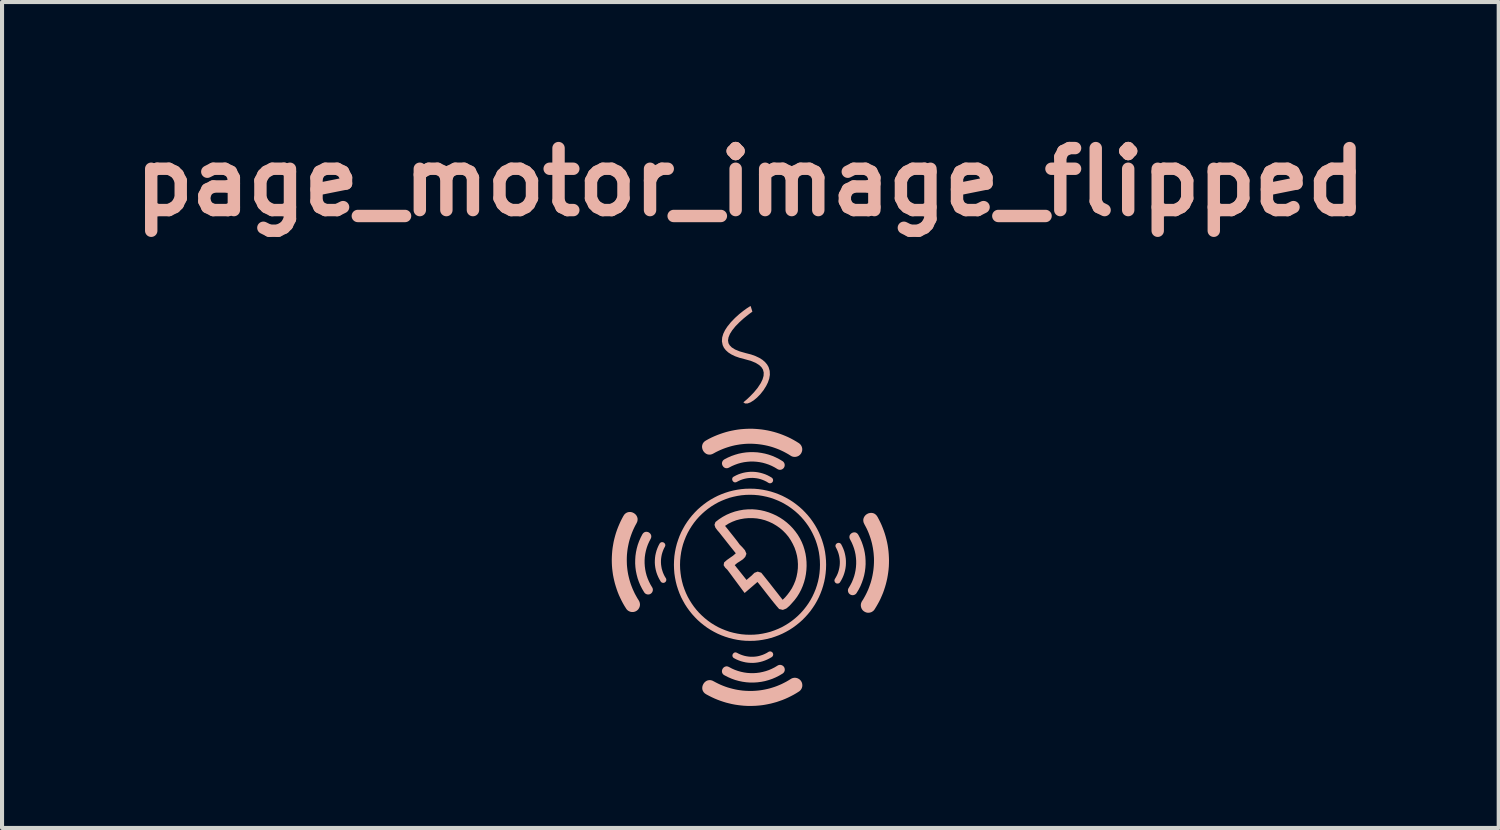
<source format=kicad_pcb>
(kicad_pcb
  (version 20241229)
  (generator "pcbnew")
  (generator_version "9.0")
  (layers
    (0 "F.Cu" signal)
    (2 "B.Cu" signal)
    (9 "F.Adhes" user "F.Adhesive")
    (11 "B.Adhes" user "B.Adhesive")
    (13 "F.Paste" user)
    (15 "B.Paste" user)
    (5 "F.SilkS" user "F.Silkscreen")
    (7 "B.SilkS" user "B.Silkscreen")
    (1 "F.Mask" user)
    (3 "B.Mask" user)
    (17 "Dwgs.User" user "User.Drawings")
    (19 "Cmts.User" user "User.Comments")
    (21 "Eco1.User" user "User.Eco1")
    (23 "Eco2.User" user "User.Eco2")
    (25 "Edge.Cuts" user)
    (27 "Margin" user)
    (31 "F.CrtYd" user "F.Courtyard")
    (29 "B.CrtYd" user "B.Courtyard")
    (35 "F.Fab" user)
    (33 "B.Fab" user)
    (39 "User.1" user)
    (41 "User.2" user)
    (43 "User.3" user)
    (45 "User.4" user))
  (footprint "page_motor_image_flipped"
    (layer "F.Cu")
    (at 15.4 9.391)
    (property "Reference" "page_motor_image_flipped" (at 0 -7.965 0) (layer "B.SilkS") (effects (font (size 1.524 1.524) (thickness 0.305))))
    (attr smd)
    (fp_poly (pts (xy 0.006 -4.917) (xy -0.028 -4.899) (xy -0.091 -4.858) (xy -0.175 -4.797) (xy -0.273 -4.719) (xy -0.376 -4.626) (xy -0.478 -4.521) (xy -0.569 -4.408) (xy -0.624 -4.323) (xy -0.667 -4.234) (xy -0.694 -4.142) (xy -0.7 -4.048) (xy -0.681 -3.954) (xy -0.65 -3.889) (xy -0.604 -3.83) (xy -0.543 -3.775) (xy -0.467 -3.726) (xy -0.376 -3.682) (xy -0.268 -3.644) (xy -0.143 -3.611) (xy 0.01 -3.569) (xy 0.128 -3.52) (xy 0.214 -3.467) (xy 0.273 -3.411) (xy 0.309 -3.354) (xy 0.328 -3.28) (xy 0.324 -3.199) (xy 0.299 -3.113) (xy 0.256 -3.023) (xy 0.177 -2.903) (xy 0.084 -2.791) (xy -0.01 -2.694) (xy -0.092 -2.617) (xy -0.151 -2.567) (xy -0.173 -2.548) (xy -0.129 -2.52) (xy -0.069 -2.521) (xy 0.002 -2.548) (xy 0.081 -2.597) (xy 0.163 -2.665) (xy 0.245 -2.749) (xy 0.321 -2.845) (xy 0.387 -2.949) (xy 0.431 -3.038) (xy 0.463 -3.131) (xy 0.479 -3.226) (xy 0.475 -3.321) (xy 0.447 -3.416) (xy 0.41 -3.48) (xy 0.36 -3.539) (xy 0.296 -3.594) (xy 0.217 -3.643) (xy 0.124 -3.687) (xy 0.015 -3.726) (xy -0.11 -3.758) (xy -0.262 -3.801) (xy -0.377 -3.848) (xy -0.458 -3.899) (xy -0.51 -3.952) (xy -0.539 -4.004) (xy -0.55 -4.073) (xy -0.537 -4.15) (xy -0.502 -4.233) (xy -0.447 -4.32) (xy -0.366 -4.42) (xy -0.274 -4.514) (xy -0.18 -4.6) (xy -0.093 -4.672) (xy -0.019 -4.729) (xy 0.031 -4.765) (xy 0.049 -4.778) (xy 0.006 -4.917)) (stroke (width 0) (type solid)) (fill yes) (layer "B.SilkS"))
    (fp_poly (pts (xy -2.45 2.156) (xy -2.44 2.149) (xy -2.432 2.141) (xy -2.424 2.133) (xy -2.417 2.124) (xy -2.412 2.114) (xy -2.407 2.104) (xy -2.403 2.093) (xy -2.4 2.083) (xy -2.399 2.072) (xy -2.398 2.06) (xy -2.399 2.049) (xy -2.4 2.038) (xy -2.403 2.027) (xy -2.407 2.016) (xy -2.412 2.006) (xy -2.418 1.996) (xy -2.459 1.927) (xy -2.494 1.857) (xy -2.525 1.785) (xy -2.551 1.711) (xy -2.571 1.636) (xy -2.586 1.56) (xy -2.596 1.484) (xy -2.601 1.407) (xy -2.601 1.33) (xy -2.596 1.253) (xy -2.585 1.176) (xy -2.569 1.1) (xy -2.548 1.025) (xy -2.522 0.952) (xy -2.49 0.879) (xy -2.453 0.809) (xy -2.442 0.784) (xy -2.437 0.759) (xy -2.437 0.736) (xy -2.442 0.715) (xy -2.451 0.695) (xy -2.463 0.678) (xy -2.479 0.663) (xy -2.497 0.65) (xy -2.516 0.641) (xy -2.537 0.636) (xy -2.559 0.634) (xy -2.58 0.636) (xy -2.601 0.643) (xy -2.621 0.655) (xy -2.639 0.672) (xy -2.655 0.694) (xy -2.699 0.779) (xy -2.737 0.866) (xy -2.769 0.954) (xy -2.794 1.045) (xy -2.813 1.136) (xy -2.826 1.228) (xy -2.832 1.321) (xy -2.833 1.414) (xy -2.827 1.506) (xy -2.815 1.598) (xy -2.796 1.689) (xy -2.772 1.78) (xy -2.741 1.868) (xy -2.704 1.955) (xy -2.661 2.039) (xy -2.612 2.121) (xy -2.605 2.131) (xy -2.597 2.14) (xy -2.589 2.148) (xy -2.58 2.155) (xy -2.57 2.161) (xy -2.56 2.166) (xy -2.549 2.17) (xy -2.538 2.173) (xy -2.527 2.175) (xy -2.516 2.176) (xy -2.504 2.175) (xy -2.493 2.174) (xy -2.482 2.171) (xy -2.471 2.168) (xy -2.46 2.163) (xy -2.45 2.156)) (stroke (width 0) (type solid)) (fill yes) (layer "B.SilkS"))
    (fp_poly (pts (xy -2.101 1.877) (xy -2.095 1.873) (xy -2.089 1.868) (xy -2.084 1.862) (xy -2.08 1.856) (xy -2.076 1.85) (xy -2.073 1.843) (xy -2.07 1.836) (xy -2.069 1.829) (xy -2.068 1.822) (xy -2.067 1.815) (xy -2.068 1.808) (xy -2.069 1.801) (xy -2.07 1.793) (xy -2.073 1.786) (xy -2.076 1.78) (xy -2.08 1.773) (xy -2.107 1.729) (xy -2.13 1.683) (xy -2.15 1.636) (xy -2.166 1.588) (xy -2.18 1.54) (xy -2.189 1.49) (xy -2.196 1.441) (xy -2.199 1.391) (xy -2.199 1.341) (xy -2.195 1.29) (xy -2.188 1.241) (xy -2.178 1.191) (xy -2.164 1.143) (xy -2.147 1.095) (xy -2.127 1.048) (xy -2.103 1.002) (xy -2.096 0.986) (xy -2.092 0.97) (xy -2.092 0.955) (xy -2.096 0.941) (xy -2.101 0.928) (xy -2.11 0.917) (xy -2.12 0.907) (xy -2.131 0.899) (xy -2.144 0.893) (xy -2.158 0.89) (xy -2.172 0.889) (xy -2.186 0.89) (xy -2.199 0.895) (xy -2.212 0.902) (xy -2.224 0.913) (xy -2.234 0.928) (xy -2.263 0.983) (xy -2.287 1.039) (xy -2.308 1.097) (xy -2.324 1.156) (xy -2.337 1.215) (xy -2.345 1.275) (xy -2.349 1.335) (xy -2.35 1.395) (xy -2.346 1.455) (xy -2.338 1.515) (xy -2.326 1.574) (xy -2.31 1.633) (xy -2.29 1.69) (xy -2.266 1.746) (xy -2.238 1.801) (xy -2.206 1.855) (xy -2.202 1.861) (xy -2.197 1.867) (xy -2.191 1.872) (xy -2.185 1.877) (xy -2.179 1.881) (xy -2.172 1.884) (xy -2.165 1.886) (xy -2.158 1.888) (xy -2.151 1.89) (xy -2.144 1.89) (xy -2.136 1.89) (xy -2.129 1.889) (xy -2.122 1.887) (xy -2.114 1.885) (xy -2.107 1.881) (xy -2.101 1.877)) (stroke (width 0) (type solid)) (fill yes) (layer "B.SilkS"))
    (fp_poly (pts (xy 0.541 -0.586) (xy 0.536 -0.581) (xy 0.531 -0.576) (xy 0.525 -0.572) (xy 0.519 -0.568) (xy 0.513 -0.565) (xy 0.507 -0.563) (xy 0.5 -0.561) (xy 0.494 -0.559) (xy 0.487 -0.559) (xy 0.48 -0.559) (xy 0.473 -0.559) (xy 0.467 -0.56) (xy 0.46 -0.562) (xy 0.453 -0.565) (xy 0.447 -0.568) (xy 0.441 -0.571) (xy 0.397 -0.598) (xy 0.351 -0.621) (xy 0.304 -0.641) (xy 0.256 -0.658) (xy 0.208 -0.671) (xy 0.158 -0.681) (xy 0.108 -0.687) (xy 0.058 -0.691) (xy 0.008 -0.69) (xy -0.042 -0.687) (xy -0.092 -0.68) (xy -0.141 -0.67) (xy -0.19 -0.656) (xy -0.238 -0.639) (xy -0.285 -0.618) (xy -0.331 -0.594) (xy -0.347 -0.586) (xy -0.364 -0.581) (xy -0.379 -0.581) (xy -0.394 -0.583) (xy -0.407 -0.589) (xy -0.419 -0.598) (xy -0.429 -0.608) (xy -0.437 -0.62) (xy -0.444 -0.634) (xy -0.447 -0.648) (xy -0.448 -0.663) (xy -0.446 -0.677) (xy -0.441 -0.691) (xy -0.433 -0.704) (xy -0.42 -0.716) (xy -0.404 -0.725) (xy -0.349 -0.754) (xy -0.293 -0.779) (xy -0.235 -0.799) (xy -0.176 -0.816) (xy -0.117 -0.828) (xy -0.057 -0.836) (xy 0.003 -0.841) (xy 0.063 -0.841) (xy 0.123 -0.837) (xy 0.183 -0.829) (xy 0.242 -0.817) (xy 0.301 -0.801) (xy 0.358 -0.782) (xy 0.415 -0.758) (xy 0.469 -0.73) (xy 0.523 -0.698) (xy 0.53 -0.693) (xy 0.536 -0.687) (xy 0.541 -0.681) (xy 0.546 -0.675) (xy 0.55 -0.668) (xy 0.553 -0.661) (xy 0.555 -0.654) (xy 0.557 -0.646) (xy 0.558 -0.638) (xy 0.558 -0.63) (xy 0.557 -0.623) (xy 0.556 -0.615) (xy 0.553 -0.607) (xy 0.55 -0.6) (xy 0.546 -0.593) (xy 0.541 -0.586)) (stroke (width 0) (type solid)) (fill yes) (layer "B.SilkS"))
    (fp_poly (pts (xy 0.547 3.609) (xy 0.543 3.603) (xy 0.538 3.597) (xy 0.532 3.592) (xy 0.526 3.588) (xy 0.52 3.584) (xy 0.513 3.581) (xy 0.506 3.579) (xy 0.499 3.577) (xy 0.492 3.576) (xy 0.485 3.575) (xy 0.478 3.576) (xy 0.471 3.577) (xy 0.463 3.579) (xy 0.456 3.581) (xy 0.45 3.584) (xy 0.443 3.588) (xy 0.399 3.615) (xy 0.353 3.638) (xy 0.306 3.658) (xy 0.258 3.674) (xy 0.21 3.688) (xy 0.16 3.698) (xy 0.111 3.704) (xy 0.061 3.707) (xy 0.01 3.707) (xy -0.04 3.703) (xy -0.089 3.696) (xy -0.139 3.686) (xy -0.187 3.672) (xy -0.235 3.655) (xy -0.282 3.635) (xy -0.328 3.611) (xy -0.344 3.604) (xy -0.36 3.6) (xy -0.375 3.6) (xy -0.389 3.603) (xy -0.402 3.609) (xy -0.413 3.618) (xy -0.423 3.628) (xy -0.431 3.639) (xy -0.437 3.652) (xy -0.441 3.666) (xy -0.442 3.68) (xy -0.44 3.694) (xy -0.436 3.707) (xy -0.428 3.72) (xy -0.417 3.732) (xy -0.402 3.742) (xy -0.347 3.771) (xy -0.291 3.795) (xy -0.233 3.816) (xy -0.174 3.832) (xy -0.115 3.845) (xy -0.055 3.853) (xy 0.005 3.857) (xy 0.065 3.858) (xy 0.125 3.854) (xy 0.185 3.846) (xy 0.244 3.834) (xy 0.303 3.818) (xy 0.36 3.798) (xy 0.416 3.774) (xy 0.471 3.746) (xy 0.525 3.715) (xy 0.531 3.71) (xy 0.537 3.705) (xy 0.542 3.699) (xy 0.547 3.693) (xy 0.551 3.687) (xy 0.554 3.681) (xy 0.556 3.674) (xy 0.558 3.666) (xy 0.56 3.659) (xy 0.56 3.652) (xy 0.56 3.644) (xy 0.559 3.637) (xy 0.557 3.63) (xy 0.555 3.623) (xy 0.551 3.616) (xy 0.547 3.609)) (stroke (width 0) (type solid)) (fill yes) (layer "B.SilkS"))
    (fp_poly (pts (xy 0.824 -0.941) (xy 0.817 -0.932) (xy 0.809 -0.923) (xy 0.8 -0.916) (xy 0.791 -0.909) (xy 0.782 -0.903) (xy 0.771 -0.898) (xy 0.761 -0.895) (xy 0.75 -0.892) (xy 0.739 -0.89) (xy 0.728 -0.89) (xy 0.717 -0.89) (xy 0.706 -0.892) (xy 0.695 -0.895) (xy 0.684 -0.898) (xy 0.673 -0.903) (xy 0.663 -0.909) (xy 0.595 -0.95) (xy 0.525 -0.986) (xy 0.452 -1.017) (xy 0.379 -1.042) (xy 0.304 -1.063) (xy 0.228 -1.078) (xy 0.152 -1.088) (xy 0.075 -1.093) (xy -0.002 -1.093) (xy -0.079 -1.087) (xy -0.156 -1.077) (xy -0.232 -1.061) (xy -0.307 -1.04) (xy -0.381 -1.013) (xy -0.453 -0.982) (xy -0.524 -0.945) (xy -0.549 -0.934) (xy -0.573 -0.929) (xy -0.596 -0.929) (xy -0.617 -0.933) (xy -0.637 -0.942) (xy -0.655 -0.955) (xy -0.67 -0.971) (xy -0.682 -0.988) (xy -0.691 -1.008) (xy -0.697 -1.029) (xy -0.699 -1.051) (xy -0.696 -1.072) (xy -0.689 -1.093) (xy -0.678 -1.113) (xy -0.661 -1.131) (xy -0.639 -1.147) (xy -0.554 -1.191) (xy -0.467 -1.229) (xy -0.378 -1.26) (xy -0.288 -1.286) (xy -0.196 -1.305) (xy -0.104 -1.318) (xy -0.012 -1.324) (xy 0.081 -1.324) (xy 0.174 -1.319) (xy 0.266 -1.306) (xy 0.357 -1.288) (xy 0.447 -1.264) (xy 0.536 -1.233) (xy 0.622 -1.196) (xy 0.707 -1.153) (xy 0.789 -1.104) (xy 0.799 -1.097) (xy 0.808 -1.089) (xy 0.816 -1.081) (xy 0.823 -1.071) (xy 0.829 -1.062) (xy 0.834 -1.052) (xy 0.838 -1.041) (xy 0.841 -1.03) (xy 0.843 -1.019) (xy 0.843 -1.007) (xy 0.843 -0.996) (xy 0.842 -0.985) (xy 0.839 -0.973) (xy 0.835 -0.962) (xy 0.83 -0.952) (xy 0.824 -0.941)) (stroke (width 0) (type solid)) (fill yes) (layer "B.SilkS"))
    (fp_poly (pts (xy 0.826 3.958) (xy 0.819 3.949) (xy 0.811 3.94) (xy 0.802 3.932) (xy 0.793 3.926) (xy 0.783 3.92) (xy 0.773 3.915) (xy 0.763 3.912) (xy 0.752 3.909) (xy 0.741 3.907) (xy 0.73 3.907) (xy 0.719 3.907) (xy 0.708 3.909) (xy 0.697 3.911) (xy 0.686 3.915) (xy 0.675 3.92) (xy 0.665 3.926) (xy 0.597 3.967) (xy 0.526 4.003) (xy 0.454 4.034) (xy 0.381 4.059) (xy 0.306 4.079) (xy 0.23 4.095) (xy 0.153 4.105) (xy 0.076 4.11) (xy -0.001 4.109) (xy -0.078 4.104) (xy -0.154 4.093) (xy -0.23 4.077) (xy -0.305 4.056) (xy -0.379 4.03) (xy -0.452 3.998) (xy -0.522 3.961) (xy -0.548 3.949) (xy -0.572 3.943) (xy -0.596 3.943) (xy -0.617 3.948) (xy -0.638 3.957) (xy -0.655 3.969) (xy -0.671 3.985) (xy -0.683 4.003) (xy -0.693 4.024) (xy -0.698 4.045) (xy -0.7 4.067) (xy -0.697 4.089) (xy -0.69 4.11) (xy -0.677 4.13) (xy -0.66 4.148) (xy -0.636 4.163) (xy -0.551 4.207) (xy -0.464 4.245) (xy -0.376 4.277) (xy -0.285 4.302) (xy -0.194 4.321) (xy -0.102 4.334) (xy -0.009 4.341) (xy 0.083 4.341) (xy 0.176 4.335) (xy 0.268 4.323) (xy 0.359 4.305) (xy 0.449 4.28) (xy 0.538 4.25) (xy 0.624 4.213) (xy 0.709 4.17) (xy 0.791 4.121) (xy 0.801 4.114) (xy 0.81 4.106) (xy 0.818 4.097) (xy 0.825 4.088) (xy 0.831 4.079) (xy 0.836 4.068) (xy 0.84 4.058) (xy 0.843 4.047) (xy 0.845 4.036) (xy 0.845 4.024) (xy 0.845 4.013) (xy 0.843 4.002) (xy 0.841 3.99) (xy 0.837 3.979) (xy 0.832 3.968) (xy 0.826 3.958)) (stroke (width 0) (type solid)) (fill yes) (layer "B.SilkS"))
    (fp_poly (pts (xy 2.101 1.895) (xy 2.094 1.89) (xy 2.089 1.885) (xy 2.084 1.879) (xy 2.079 1.874) (xy 2.076 1.867) (xy 2.073 1.861) (xy 2.07 1.854) (xy 2.069 1.847) (xy 2.067 1.84) (xy 2.067 1.832) (xy 2.067 1.825) (xy 2.068 1.818) (xy 2.07 1.811) (xy 2.073 1.804) (xy 2.076 1.797) (xy 2.08 1.79) (xy 2.106 1.746) (xy 2.13 1.7) (xy 2.15 1.653) (xy 2.166 1.606) (xy 2.179 1.557) (xy 2.189 1.508) (xy 2.196 1.458) (xy 2.199 1.408) (xy 2.199 1.358) (xy 2.195 1.308) (xy 2.188 1.258) (xy 2.178 1.209) (xy 2.164 1.16) (xy 2.147 1.112) (xy 2.126 1.065) (xy 2.103 1.019) (xy 2.095 1.003) (xy 2.092 0.987) (xy 2.092 0.972) (xy 2.095 0.958) (xy 2.101 0.946) (xy 2.109 0.934) (xy 2.119 0.925) (xy 2.131 0.917) (xy 2.144 0.911) (xy 2.158 0.907) (xy 2.172 0.906) (xy 2.185 0.908) (xy 2.199 0.912) (xy 2.212 0.92) (xy 2.224 0.931) (xy 2.234 0.945) (xy 2.262 1) (xy 2.287 1.057) (xy 2.308 1.114) (xy 2.324 1.173) (xy 2.336 1.232) (xy 2.345 1.292) (xy 2.349 1.352) (xy 2.349 1.412) (xy 2.346 1.473) (xy 2.338 1.532) (xy 2.326 1.592) (xy 2.31 1.65) (xy 2.29 1.708) (xy 2.266 1.764) (xy 2.238 1.819) (xy 2.206 1.872) (xy 2.202 1.879) (xy 2.197 1.884) (xy 2.191 1.89) (xy 2.185 1.894) (xy 2.179 1.898) (xy 2.172 1.901) (xy 2.165 1.904) (xy 2.158 1.906) (xy 2.151 1.907) (xy 2.144 1.907) (xy 2.136 1.907) (xy 2.129 1.906) (xy 2.121 1.905) (xy 2.114 1.902) (xy 2.107 1.899) (xy 2.101 1.895)) (stroke (width 0) (type solid)) (fill yes) (layer "B.SilkS"))
    (fp_poly (pts (xy 2.45 2.173) (xy 2.44 2.166) (xy 2.432 2.158) (xy 2.424 2.15) (xy 2.417 2.141) (xy 2.412 2.131) (xy 2.407 2.121) (xy 2.403 2.11) (xy 2.401 2.099) (xy 2.399 2.088) (xy 2.398 2.077) (xy 2.399 2.066) (xy 2.4 2.055) (xy 2.403 2.044) (xy 2.407 2.033) (xy 2.412 2.023) (xy 2.418 2.013) (xy 2.459 1.944) (xy 2.495 1.874) (xy 2.525 1.802) (xy 2.551 1.728) (xy 2.571 1.653) (xy 2.586 1.577) (xy 2.596 1.501) (xy 2.601 1.424) (xy 2.601 1.347) (xy 2.595 1.27) (xy 2.585 1.193) (xy 2.569 1.117) (xy 2.548 1.042) (xy 2.521 0.968) (xy 2.49 0.896) (xy 2.453 0.825) (xy 2.441 0.8) (xy 2.435 0.775) (xy 2.435 0.752) (xy 2.439 0.73) (xy 2.448 0.71) (xy 2.461 0.692) (xy 2.477 0.677) (xy 2.495 0.664) (xy 2.515 0.655) (xy 2.537 0.649) (xy 2.559 0.648) (xy 2.58 0.65) (xy 2.602 0.658) (xy 2.621 0.67) (xy 2.639 0.688) (xy 2.655 0.711) (xy 2.699 0.796) (xy 2.737 0.883) (xy 2.768 0.972) (xy 2.794 1.062) (xy 2.813 1.153) (xy 2.826 1.245) (xy 2.832 1.338) (xy 2.833 1.431) (xy 2.827 1.523) (xy 2.815 1.615) (xy 2.797 1.706) (xy 2.772 1.796) (xy 2.741 1.885) (xy 2.705 1.972) (xy 2.662 2.056) (xy 2.612 2.138) (xy 2.605 2.148) (xy 2.598 2.157) (xy 2.589 2.165) (xy 2.58 2.172) (xy 2.57 2.178) (xy 2.56 2.183) (xy 2.549 2.187) (xy 2.538 2.19) (xy 2.527 2.192) (xy 2.516 2.193) (xy 2.505 2.192) (xy 2.493 2.191) (xy 2.482 2.188) (xy 2.471 2.184) (xy 2.46 2.179) (xy 2.45 2.173)) (stroke (width 0) (type solid)) (fill yes) (layer "B.SilkS"))
    (fp_poly (pts (xy -2.797 2.576) (xy -2.782 2.565) (xy -2.768 2.552) (xy -2.756 2.539) (xy -2.746 2.524) (xy -2.737 2.509) (xy -2.729 2.492) (xy -2.723 2.476) (xy -2.719 2.459) (xy -2.716 2.441) (xy -2.715 2.423) (xy -2.716 2.406) (xy -2.719 2.388) (xy -2.723 2.37) (xy -2.729 2.353) (xy -2.737 2.336) (xy -2.746 2.32) (xy -2.78 2.266) (xy -2.811 2.211) (xy -2.841 2.156) (xy -2.868 2.099) (xy -2.894 2.042) (xy -2.917 1.984) (xy -2.939 1.926) (xy -2.958 1.867) (xy -2.975 1.808) (xy -2.99 1.748) (xy -3.004 1.688) (xy -3.015 1.627) (xy -3.024 1.566) (xy -3.031 1.505) (xy -3.036 1.444) (xy -3.038 1.383) (xy -3.039 1.321) (xy -3.038 1.26) (xy -3.035 1.198) (xy -3.029 1.137) (xy -3.022 1.076) (xy -3.012 1.015) (xy -3 0.954) (xy -2.987 0.894) (xy -2.971 0.834) (xy -2.953 0.775) (xy -2.933 0.716) (xy -2.911 0.657) (xy -2.887 0.599) (xy -2.861 0.542) (xy -2.833 0.485) (xy -2.802 0.429) (xy -2.783 0.389) (xy -2.774 0.35) (xy -2.773 0.313) (xy -2.781 0.278) (xy -2.795 0.246) (xy -2.815 0.217) (xy -2.84 0.193) (xy -2.869 0.173) (xy -2.901 0.158) (xy -2.935 0.149) (xy -2.97 0.147) (xy -3.005 0.151) (xy -3.039 0.163) (xy -3.07 0.182) (xy -3.099 0.21) (xy -3.124 0.248) (xy -3.16 0.315) (xy -3.194 0.383) (xy -3.225 0.452) (xy -3.254 0.521) (xy -3.281 0.592) (xy -3.305 0.663) (xy -3.326 0.734) (xy -3.345 0.806) (xy -3.362 0.879) (xy -3.375 0.952) (xy -3.387 1.025) (xy -3.396 1.099) (xy -3.402 1.172) (xy -3.406 1.246) (xy -3.408 1.32) (xy -3.407 1.394) (xy -3.404 1.467) (xy -3.398 1.541) (xy -3.389 1.615) (xy -3.379 1.688) (xy -3.365 1.761) (xy -3.349 1.833) (xy -3.331 1.905) (xy -3.31 1.976) (xy -3.287 2.047) (xy -3.262 2.117) (xy -3.234 2.187) (xy -3.203 2.255) (xy -3.17 2.323) (xy -3.135 2.39) (xy -3.097 2.456) (xy -3.056 2.521) (xy -3.045 2.537) (xy -3.033 2.551) (xy -3.019 2.564) (xy -3.005 2.575) (xy -2.989 2.584) (xy -2.973 2.592) (xy -2.956 2.599) (xy -2.938 2.603) (xy -2.921 2.606) (xy -2.903 2.607) (xy -2.884 2.607) (xy -2.866 2.604) (xy -2.848 2.6) (xy -2.831 2.594) (xy -2.814 2.586) (xy -2.797 2.576)) (stroke (width 0) (type solid)) (fill yes) (layer "B.SilkS"))
    (fp_poly (pts (xy 1.244 -1.289) (xy 1.232 -1.274) (xy 1.22 -1.26) (xy 1.206 -1.248) (xy 1.192 -1.237) (xy 1.176 -1.228) (xy 1.16 -1.221) (xy 1.143 -1.215) (xy 1.126 -1.211) (xy 1.109 -1.208) (xy 1.091 -1.207) (xy 1.073 -1.208) (xy 1.056 -1.21) (xy 1.038 -1.214) (xy 1.021 -1.22) (xy 1.004 -1.228) (xy 0.988 -1.238) (xy 0.934 -1.272) (xy 0.879 -1.303) (xy 0.823 -1.333) (xy 0.767 -1.36) (xy 0.71 -1.386) (xy 0.652 -1.409) (xy 0.594 -1.43) (xy 0.535 -1.45) (xy 0.475 -1.467) (xy 0.416 -1.482) (xy 0.355 -1.495) (xy 0.295 -1.506) (xy 0.234 -1.515) (xy 0.173 -1.522) (xy 0.112 -1.527) (xy 0.05 -1.53) (xy -0.011 -1.531) (xy -0.072 -1.53) (xy -0.134 -1.527) (xy -0.195 -1.521) (xy -0.256 -1.514) (xy -0.317 -1.504) (xy -0.378 -1.493) (xy -0.438 -1.479) (xy -0.498 -1.463) (xy -0.557 -1.445) (xy -0.617 -1.425) (xy -0.675 -1.403) (xy -0.733 -1.379) (xy -0.79 -1.353) (xy -0.847 -1.325) (xy -0.903 -1.294) (xy -0.943 -1.274) (xy -0.983 -1.264) (xy -1.02 -1.263) (xy -1.056 -1.27) (xy -1.088 -1.284) (xy -1.117 -1.305) (xy -1.142 -1.33) (xy -1.162 -1.359) (xy -1.177 -1.392) (xy -1.186 -1.426) (xy -1.189 -1.461) (xy -1.184 -1.497) (xy -1.172 -1.531) (xy -1.152 -1.562) (xy -1.123 -1.591) (xy -1.085 -1.615) (xy -1.018 -1.652) (xy -0.95 -1.686) (xy -0.881 -1.717) (xy -0.811 -1.746) (xy -0.741 -1.772) (xy -0.67 -1.796) (xy -0.598 -1.818) (xy -0.526 -1.837) (xy -0.453 -1.853) (xy -0.381 -1.867) (xy -0.307 -1.879) (xy -0.234 -1.888) (xy -0.16 -1.894) (xy -0.086 -1.898) (xy -0.013 -1.9) (xy 0.061 -1.899) (xy 0.135 -1.895) (xy 0.209 -1.889) (xy 0.282 -1.881) (xy 0.355 -1.87) (xy 0.428 -1.857) (xy 0.501 -1.841) (xy 0.572 -1.823) (xy 0.644 -1.802) (xy 0.715 -1.779) (xy 0.785 -1.753) (xy 0.854 -1.725) (xy 0.923 -1.695) (xy 0.991 -1.662) (xy 1.058 -1.626) (xy 1.124 -1.588) (xy 1.188 -1.548) (xy 1.204 -1.537) (xy 1.218 -1.524) (xy 1.231 -1.511) (xy 1.242 -1.496) (xy 1.252 -1.481) (xy 1.26 -1.464) (xy 1.266 -1.447) (xy 1.271 -1.43) (xy 1.274 -1.412) (xy 1.275 -1.394) (xy 1.274 -1.376) (xy 1.272 -1.358) (xy 1.267 -1.34) (xy 1.261 -1.323) (xy 1.253 -1.305) (xy 1.244 -1.289)) (stroke (width 0) (type solid)) (fill yes) (layer "B.SilkS"))
    (fp_poly (pts (xy 1.246 4.305) (xy 1.235 4.29) (xy 1.222 4.277) (xy 1.208 4.264) (xy 1.194 4.254) (xy 1.178 4.245) (xy 1.162 4.237) (xy 1.145 4.231) (xy 1.128 4.227) (xy 1.111 4.224) (xy 1.093 4.223) (xy 1.075 4.224) (xy 1.057 4.227) (xy 1.04 4.231) (xy 1.023 4.237) (xy 1.006 4.245) (xy 0.99 4.255) (xy 0.936 4.288) (xy 0.881 4.32) (xy 0.825 4.349) (xy 0.769 4.377) (xy 0.712 4.402) (xy 0.654 4.426) (xy 0.596 4.447) (xy 0.537 4.466) (xy 0.477 4.484) (xy 0.417 4.499) (xy 0.357 4.512) (xy 0.297 4.523) (xy 0.236 4.532) (xy 0.175 4.539) (xy 0.113 4.544) (xy 0.052 4.547) (xy -0.009 4.548) (xy -0.071 4.546) (xy -0.132 4.543) (xy -0.193 4.538) (xy -0.254 4.53) (xy -0.315 4.521) (xy -0.376 4.509) (xy -0.436 4.495) (xy -0.496 4.479) (xy -0.556 4.462) (xy -0.615 4.442) (xy -0.673 4.42) (xy -0.731 4.396) (xy -0.789 4.369) (xy -0.845 4.341) (xy -0.901 4.311) (xy -0.941 4.291) (xy -0.981 4.282) (xy -1.018 4.282) (xy -1.053 4.289) (xy -1.085 4.303) (xy -1.113 4.324) (xy -1.138 4.349) (xy -1.157 4.378) (xy -1.172 4.41) (xy -1.181 4.444) (xy -1.184 4.479) (xy -1.18 4.514) (xy -1.168 4.547) (xy -1.148 4.579) (xy -1.12 4.608) (xy -1.083 4.632) (xy -1.016 4.668) (xy -0.948 4.702) (xy -0.879 4.734) (xy -0.809 4.763) (xy -0.739 4.789) (xy -0.668 4.813) (xy -0.596 4.835) (xy -0.524 4.853) (xy -0.452 4.87) (xy -0.379 4.884) (xy -0.306 4.895) (xy -0.232 4.904) (xy -0.158 4.911) (xy -0.085 4.915) (xy -0.011 4.916) (xy 0.063 4.915) (xy 0.137 4.912) (xy 0.21 4.906) (xy 0.284 4.898) (xy 0.357 4.887) (xy 0.43 4.873) (xy 0.502 4.858) (xy 0.574 4.839) (xy 0.646 4.819) (xy 0.716 4.795) (xy 0.787 4.77) (xy 0.856 4.742) (xy 0.925 4.711) (xy 0.992 4.678) (xy 1.059 4.643) (xy 1.125 4.605) (xy 1.19 4.564) (xy 1.206 4.553) (xy 1.22 4.541) (xy 1.233 4.527) (xy 1.244 4.513) (xy 1.254 4.497) (xy 1.262 4.481) (xy 1.268 4.464) (xy 1.273 4.447) (xy 1.276 4.429) (xy 1.277 4.411) (xy 1.276 4.393) (xy 1.274 4.375) (xy 1.27 4.357) (xy 1.264 4.339) (xy 1.256 4.322) (xy 1.246 4.305)) (stroke (width 0) (type solid)) (fill yes) (layer "B.SilkS"))
    (fp_poly (pts (xy 2.797 2.593) (xy 2.782 2.582) (xy 2.768 2.57) (xy 2.756 2.556) (xy 2.745 2.541) (xy 2.736 2.526) (xy 2.729 2.51) (xy 2.723 2.493) (xy 2.719 2.476) (xy 2.716 2.459) (xy 2.715 2.441) (xy 2.716 2.423) (xy 2.718 2.405) (xy 2.723 2.388) (xy 2.729 2.371) (xy 2.736 2.354) (xy 2.746 2.338) (xy 2.78 2.284) (xy 2.811 2.229) (xy 2.841 2.173) (xy 2.868 2.117) (xy 2.894 2.06) (xy 2.917 2.002) (xy 2.938 1.943) (xy 2.958 1.885) (xy 2.975 1.825) (xy 2.99 1.765) (xy 3.003 1.705) (xy 3.014 1.644) (xy 3.023 1.584) (xy 3.03 1.523) (xy 3.035 1.461) (xy 3.038 1.4) (xy 3.039 1.339) (xy 3.038 1.277) (xy 3.034 1.216) (xy 3.029 1.155) (xy 3.021 1.093) (xy 3.012 1.033) (xy 3 0.972) (xy 2.987 0.912) (xy 2.971 0.852) (xy 2.953 0.792) (xy 2.933 0.733) (xy 2.911 0.674) (xy 2.887 0.616) (xy 2.861 0.559) (xy 2.832 0.503) (xy 2.802 0.447) (xy 2.784 0.407) (xy 2.776 0.369) (xy 2.776 0.332) (xy 2.784 0.298) (xy 2.799 0.266) (xy 2.819 0.238) (xy 2.843 0.214) (xy 2.872 0.195) (xy 2.903 0.18) (xy 2.937 0.172) (xy 2.971 0.169) (xy 3.005 0.173) (xy 3.039 0.183) (xy 3.07 0.202) (xy 3.099 0.229) (xy 3.124 0.265) (xy 3.16 0.332) (xy 3.194 0.4) (xy 3.226 0.469) (xy 3.254 0.538) (xy 3.281 0.609) (xy 3.305 0.68) (xy 3.326 0.751) (xy 3.345 0.823) (xy 3.362 0.896) (xy 3.376 0.969) (xy 3.387 1.042) (xy 3.396 1.116) (xy 3.402 1.189) (xy 3.406 1.263) (xy 3.408 1.337) (xy 3.407 1.411) (xy 3.404 1.485) (xy 3.398 1.558) (xy 3.389 1.632) (xy 3.378 1.705) (xy 3.365 1.778) (xy 3.349 1.85) (xy 3.331 1.922) (xy 3.31 1.994) (xy 3.287 2.064) (xy 3.262 2.135) (xy 3.233 2.204) (xy 3.203 2.273) (xy 3.17 2.341) (xy 3.134 2.407) (xy 3.096 2.473) (xy 3.056 2.538) (xy 3.045 2.554) (xy 3.033 2.568) (xy 3.019 2.581) (xy 3.004 2.592) (xy 2.989 2.602) (xy 2.973 2.61) (xy 2.956 2.616) (xy 2.938 2.621) (xy 2.92 2.623) (xy 2.902 2.625) (xy 2.884 2.624) (xy 2.866 2.622) (xy 2.848 2.617) (xy 2.831 2.611) (xy 2.814 2.603) (xy 2.797 2.593)) (stroke (width 0) (type solid)) (fill yes) (layer "B.SilkS"))
    (fp_poly (pts (xy 0.052 0.081) (xy 0.057 0.298) (xy 0.16 0.306) (xy 0.261 0.324) (xy 0.359 0.35) (xy 0.455 0.386) (xy 0.548 0.429) (xy 0.636 0.481) (xy 0.72 0.539) (xy 0.798 0.605) (xy 0.87 0.678) (xy 0.935 0.756) (xy 0.992 0.841) (xy 1.042 0.931) (xy 1.086 1.025) (xy 1.12 1.123) (xy 1.146 1.223) (xy 1.162 1.325) (xy 1.169 1.429) (xy 1.167 1.532) (xy 1.155 1.635) (xy 1.135 1.736) (xy 1.106 1.836) (xy 1.067 1.931) (xy 1.02 2.024) (xy 0.963 2.111) (xy 0.911 2.18) (xy 0.854 2.247) (xy 0.793 2.306) (xy 0.727 2.222) (xy 0.662 2.139) (xy 0.596 2.055) (xy 0.531 1.972) (xy 0.465 1.888) (xy 0.399 1.805) (xy 0.333 1.722) (xy 0.266 1.64) (xy 0.179 1.613) (xy 0.097 1.644) (xy 0.033 1.709) (xy -0.031 1.763) (xy -0.095 1.818) (xy -0.153 1.745) (xy -0.211 1.672) (xy -0.269 1.599) (xy -0.327 1.527) (xy -0.385 1.454) (xy -0.323 1.401) (xy -0.251 1.356) (xy -0.182 1.309) (xy -0.127 1.252) (xy -0.097 1.175) (xy -0.133 1.089) (xy -0.195 1.017) (xy -0.264 0.947) (xy -0.321 0.869) (xy -0.381 0.792) (xy -0.441 0.716) (xy -0.502 0.64) (xy -0.562 0.564) (xy -0.623 0.489) (xy -0.537 0.433) (xy -0.445 0.388) (xy -0.349 0.351) (xy -0.25 0.325) (xy -0.148 0.307) (xy -0.045 0.298) (xy 0.057 0.298) (xy 0.052 0.081) (xy -0.058 0.082) (xy -0.167 0.091) (xy -0.275 0.11) (xy -0.381 0.136) (xy -0.485 0.172) (xy -0.585 0.215) (xy -0.681 0.267) (xy -0.773 0.327) (xy -0.859 0.394) (xy -0.883 0.463) (xy -0.861 0.531) (xy -0.814 0.595) (xy -0.765 0.651) (xy -0.698 0.736) (xy -0.63 0.822) (xy -0.563 0.907) (xy -0.495 0.993) (xy -0.427 1.078) (xy -0.359 1.163) (xy -0.428 1.223) (xy -0.503 1.275) (xy -0.578 1.328) (xy -0.646 1.388) (xy -0.658 1.456) (xy -0.622 1.513) (xy -0.567 1.567) (xy -0.524 1.624) (xy -0.46 1.71) (xy -0.397 1.796) (xy -0.333 1.882) (xy -0.269 1.968) (xy -0.206 2.054) (xy -0.142 2.139) (xy -0.063 2.072) (xy 0.016 2.004) (xy 0.095 1.936) (xy 0.174 1.868) (xy 0.241 1.951) (xy 0.307 2.035) (xy 0.372 2.119) (xy 0.438 2.203) (xy 0.504 2.287) (xy 0.57 2.37) (xy 0.638 2.453) (xy 0.707 2.533) (xy 0.798 2.555) (xy 0.882 2.522) (xy 0.956 2.46) (xy 1.019 2.391) (xy 1.086 2.315) (xy 1.147 2.234) (xy 1.2 2.149) (xy 1.247 2.06) (xy 1.287 1.967) (xy 1.32 1.872) (xy 1.346 1.775) (xy 1.365 1.676) (xy 1.377 1.575) (xy 1.382 1.475) (xy 1.38 1.374) (xy 1.371 1.273) (xy 1.355 1.173) (xy 1.331 1.075) (xy 1.301 0.979) (xy 1.263 0.886) (xy 1.218 0.796) (xy 1.166 0.709) (xy 1.107 0.627) (xy 1.042 0.548) (xy 0.971 0.474) (xy 0.895 0.406) (xy 0.814 0.343) (xy 0.729 0.287) (xy 0.64 0.237) (xy 0.547 0.194) (xy 0.452 0.157) (xy 0.354 0.127) (xy 0.254 0.104) (xy 0.153 0.089) (xy 0.052 0.081)) (stroke (width 0) (type solid)) (fill yes) (layer "B.SilkS"))
    (fp_poly (pts (xy -0.01 -0.426) (xy -0.01 -0.276) (xy 0.095 -0.273) (xy 0.199 -0.264) (xy 0.3 -0.248) (xy 0.399 -0.227) (xy 0.497 -0.201) (xy 0.591 -0.168) (xy 0.683 -0.131) (xy 0.773 -0.089) (xy 0.859 -0.041) (xy 0.943 0.011) (xy 1.023 0.068) (xy 1.1 0.129) (xy 1.173 0.194) (xy 1.242 0.263) (xy 1.307 0.336) (xy 1.368 0.413) (xy 1.425 0.493) (xy 1.477 0.576) (xy 1.524 0.663) (xy 1.566 0.752) (xy 1.604 0.844) (xy 1.636 0.939) (xy 1.663 1.036) (xy 1.684 1.135) (xy 1.699 1.237) (xy 1.708 1.34) (xy 1.711 1.445) (xy 1.708 1.55) (xy 1.699 1.653) (xy 1.684 1.755) (xy 1.663 1.854) (xy 1.636 1.951) (xy 1.604 2.046) (xy 1.566 2.138) (xy 1.524 2.227) (xy 1.477 2.314) (xy 1.425 2.397) (xy 1.368 2.477) (xy 1.307 2.554) (xy 1.242 2.627) (xy 1.173 2.696) (xy 1.1 2.761) (xy 1.023 2.822) (xy 0.943 2.879) (xy 0.859 2.931) (xy 0.773 2.979) (xy 0.683 3.021) (xy 0.591 3.058) (xy 0.497 3.091) (xy 0.399 3.117) (xy 0.3 3.138) (xy 0.199 3.154) (xy 0.095 3.163) (xy -0.01 3.166) (xy -0.114 3.163) (xy -0.218 3.154) (xy -0.319 3.138) (xy -0.418 3.117) (xy -0.516 3.091) (xy -0.61 3.058) (xy -0.702 3.021) (xy -0.792 2.979) (xy -0.878 2.931) (xy -0.962 2.879) (xy -1.042 2.822) (xy -1.118 2.761) (xy -1.191 2.696) (xy -1.261 2.627) (xy -1.326 2.554) (xy -1.387 2.477) (xy -1.443 2.397) (xy -1.495 2.314) (xy -1.543 2.227) (xy -1.585 2.138) (xy -1.622 2.046) (xy -1.655 1.951) (xy -1.681 1.854) (xy -1.702 1.755) (xy -1.717 1.653) (xy -1.727 1.55) (xy -1.73 1.445) (xy -1.727 1.34) (xy -1.717 1.237) (xy -1.702 1.135) (xy -1.681 1.036) (xy -1.655 0.939) (xy -1.622 0.844) (xy -1.585 0.752) (xy -1.543 0.663) (xy -1.495 0.576) (xy -1.443 0.493) (xy -1.387 0.413) (xy -1.326 0.336) (xy -1.261 0.263) (xy -1.191 0.194) (xy -1.118 0.129) (xy -1.042 0.068) (xy -0.962 0.011) (xy -0.878 -0.041) (xy -0.792 -0.089) (xy -0.702 -0.131) (xy -0.61 -0.168) (xy -0.516 -0.201) (xy -0.418 -0.227) (xy -0.319 -0.248) (xy -0.218 -0.264) (xy -0.114 -0.273) (xy -0.01 -0.276) (xy -0.01 -0.426) (xy -0.116 -0.424) (xy -0.22 -0.415) (xy -0.323 -0.4) (xy -0.424 -0.38) (xy -0.523 -0.355) (xy -0.62 -0.324) (xy -0.714 -0.289) (xy -0.806 -0.249) (xy -0.896 -0.203) (xy -0.982 -0.154) (xy -1.066 -0.1) (xy -1.146 -0.041) (xy -1.223 0.021) (xy -1.297 0.087) (xy -1.367 0.158) (xy -1.433 0.231) (xy -1.495 0.308) (xy -1.554 0.389) (xy -1.608 0.472) (xy -1.657 0.559) (xy -1.703 0.648) (xy -1.743 0.74) (xy -1.778 0.835) (xy -1.809 0.931) (xy -1.834 1.03) (xy -1.854 1.131) (xy -1.869 1.234) (xy -1.877 1.339) (xy -1.88 1.445) (xy -1.877 1.551) (xy -1.869 1.656) (xy -1.854 1.759) (xy -1.834 1.86) (xy -1.809 1.959) (xy -1.778 2.055) (xy -1.743 2.15) (xy -1.703 2.242) (xy -1.657 2.331) (xy -1.608 2.418) (xy -1.554 2.501) (xy -1.495 2.582) (xy -1.433 2.659) (xy -1.367 2.732) (xy -1.297 2.803) (xy -1.223 2.869) (xy -1.146 2.931) (xy -1.066 2.99) (xy -0.982 3.044) (xy -0.896 3.093) (xy -0.806 3.139) (xy -0.714 3.179) (xy -0.62 3.214) (xy -0.523 3.245) (xy -0.424 3.27) (xy -0.323 3.29) (xy -0.22 3.305) (xy -0.116 3.314) (xy -0.01 3.316) (xy 0.097 3.314) (xy 0.201 3.305) (xy 0.304 3.29) (xy 0.405 3.27) (xy 0.504 3.245) (xy 0.601 3.214) (xy 0.695 3.179) (xy 0.787 3.139) (xy 0.877 3.093) (xy 0.963 3.044) (xy 1.047 2.99) (xy 1.127 2.931) (xy 1.204 2.869) (xy 1.278 2.803) (xy 1.348 2.732) (xy 1.414 2.659) (xy 1.477 2.582) (xy 1.535 2.501) (xy 1.589 2.418) (xy 1.639 2.331) (xy 1.684 2.242) (xy 1.724 2.15) (xy 1.76 2.055) (xy 1.79 1.959) (xy 1.816 1.86) (xy 1.836 1.759) (xy 1.85 1.656) (xy 1.859 1.551) (xy 1.862 1.445) (xy 1.859 1.339) (xy 1.85 1.234) (xy 1.836 1.131) (xy 1.816 1.03) (xy 1.79 0.931) (xy 1.76 0.835) (xy 1.724 0.74) (xy 1.684 0.648) (xy 1.639 0.559) (xy 1.589 0.472) (xy 1.535 0.389) (xy 1.477 0.308) (xy 1.414 0.231) (xy 1.348 0.158) (xy 1.278 0.087) (xy 1.204 0.021) (xy 1.127 -0.041) (xy 1.047 -0.1) (xy 0.963 -0.154) (xy 0.877 -0.203) (xy 0.787 -0.249) (xy 0.695 -0.289) (xy 0.601 -0.324) (xy 0.504 -0.355) (xy 0.405 -0.38) (xy 0.304 -0.4) (xy 0.201 -0.415) (xy 0.097 -0.424) (xy -0.01 -0.426)) (stroke (width 0) (type solid)) (fill yes) (layer "B.SilkS")))
  (gr_rect
    (start -3 -3)
    (end 33.799 17.307)
    (stroke (width 0.1) (type default))
    (fill no)
    (layer "Edge.Cuts")))
</source>
